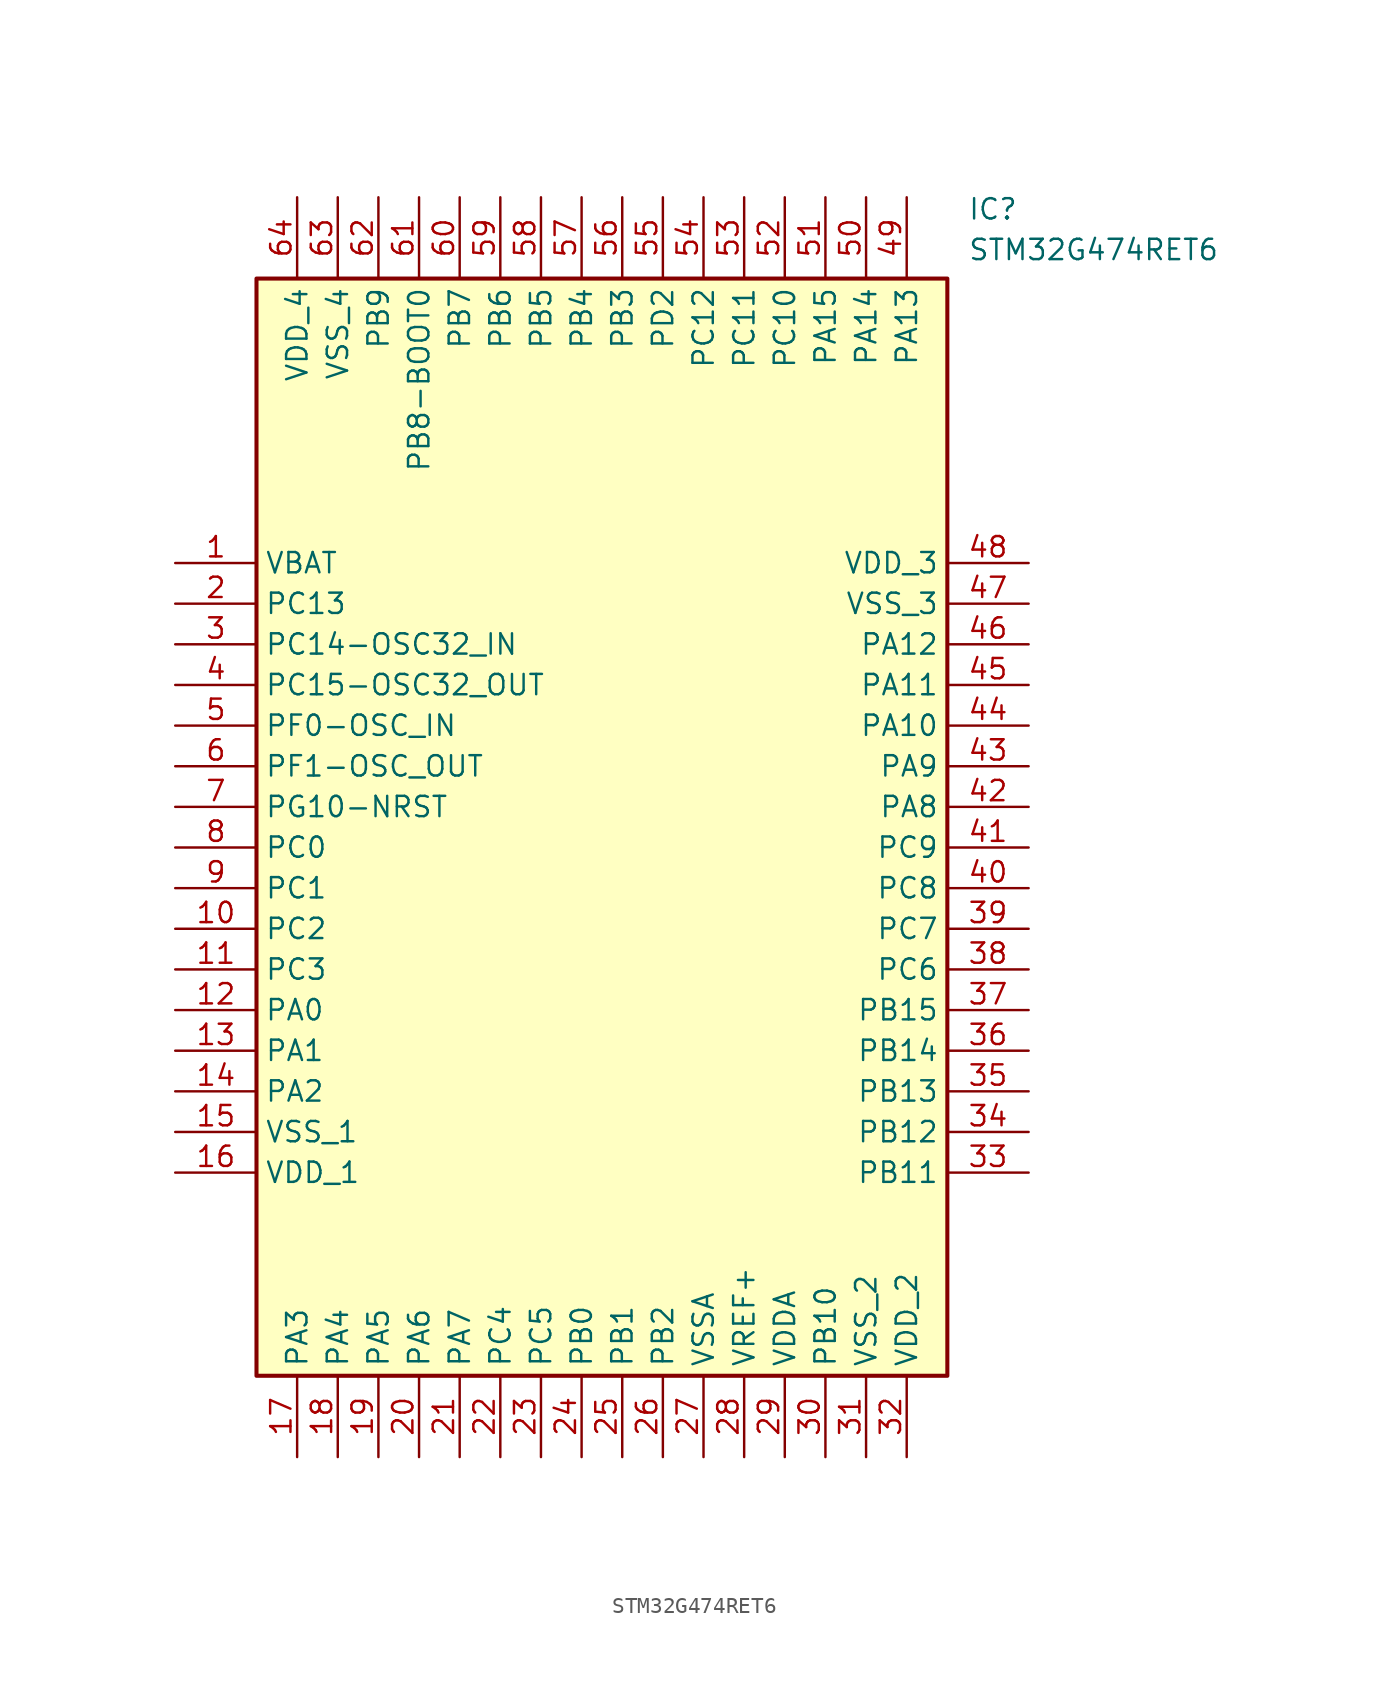
<source format=kicad_sym>
(kicad_symbol_lib
  (version 20220914)
  (generator SamacSys_ECAD_Model)
  (symbol "STM32G474RET6"
    (property "Reference" "IC"
      (at 49.53 22.86 0)
      (effects (font (size 1.27 1.27)) (justify left top)))
    (property "Value" "STM32G474RET6"
      (at 49.53 20.32 0)
      (effects (font (size 1.27 1.27)) (justify left top)))
    (rectangle
      (start 5.08 17.78)
      (end 48.26 -50.8)
      (stroke (width 0.254) (type default))
      (fill (type background)))
    (pin passive line
      (at 0 0 0)
      (length 5.08)
      (name "VBAT" (effects (font (size 1.27 1.27))))
      (number "1" (effects (font (size 1.27 1.27)))))
    (pin passive line
      (at 0 -2.54 0)
      (length 5.08)
      (name "PC13" (effects (font (size 1.27 1.27))))
      (number "2" (effects (font (size 1.27 1.27)))))
    (pin passive line
      (at 0 -5.08 0)
      (length 5.08)
      (name "PC14-OSC32_IN" (effects (font (size 1.27 1.27))))
      (number "3" (effects (font (size 1.27 1.27)))))
    (pin passive line
      (at 0 -7.62 0)
      (length 5.08)
      (name "PC15-OSC32_OUT" (effects (font (size 1.27 1.27))))
      (number "4" (effects (font (size 1.27 1.27)))))
    (pin passive line
      (at 0 -10.16 0)
      (length 5.08)
      (name "PF0-OSC_IN" (effects (font (size 1.27 1.27))))
      (number "5" (effects (font (size 1.27 1.27)))))
    (pin passive line
      (at 0 -12.7 0)
      (length 5.08)
      (name "PF1-OSC_OUT" (effects (font (size 1.27 1.27))))
      (number "6" (effects (font (size 1.27 1.27)))))
    (pin passive line
      (at 0 -15.24 0)
      (length 5.08)
      (name "PG10-NRST" (effects (font (size 1.27 1.27))))
      (number "7" (effects (font (size 1.27 1.27)))))
    (pin passive line
      (at 0 -17.78 0)
      (length 5.08)
      (name "PC0" (effects (font (size 1.27 1.27))))
      (number "8" (effects (font (size 1.27 1.27)))))
    (pin passive line
      (at 0 -20.32 0)
      (length 5.08)
      (name "PC1" (effects (font (size 1.27 1.27))))
      (number "9" (effects (font (size 1.27 1.27)))))
    (pin passive line
      (at 0 -22.86 0)
      (length 5.08)
      (name "PC2" (effects (font (size 1.27 1.27))))
      (number "10" (effects (font (size 1.27 1.27)))))
    (pin passive line
      (at 0 -25.4 0)
      (length 5.08)
      (name "PC3" (effects (font (size 1.27 1.27))))
      (number "11" (effects (font (size 1.27 1.27)))))
    (pin passive line
      (at 0 -27.94 0)
      (length 5.08)
      (name "PA0" (effects (font (size 1.27 1.27))))
      (number "12" (effects (font (size 1.27 1.27)))))
    (pin passive line
      (at 0 -30.48 0)
      (length 5.08)
      (name "PA1" (effects (font (size 1.27 1.27))))
      (number "13" (effects (font (size 1.27 1.27)))))
    (pin passive line
      (at 0 -33.02 0)
      (length 5.08)
      (name "PA2" (effects (font (size 1.27 1.27))))
      (number "14" (effects (font (size 1.27 1.27)))))
    (pin passive line
      (at 0 -35.56 0)
      (length 5.08)
      (name "VSS_1" (effects (font (size 1.27 1.27))))
      (number "15" (effects (font (size 1.27 1.27)))))
    (pin passive line
      (at 0 -38.1 0)
      (length 5.08)
      (name "VDD_1" (effects (font (size 1.27 1.27))))
      (number "16" (effects (font (size 1.27 1.27)))))
    (pin passive line
      (at 7.62 -55.88 90)
      (length 5.08)
      (name "PA3" (effects (font (size 1.27 1.27))))
      (number "17" (effects (font (size 1.27 1.27)))))
    (pin passive line
      (at 10.16 -55.88 90)
      (length 5.08)
      (name "PA4" (effects (font (size 1.27 1.27))))
      (number "18" (effects (font (size 1.27 1.27)))))
    (pin passive line
      (at 12.7 -55.88 90)
      (length 5.08)
      (name "PA5" (effects (font (size 1.27 1.27))))
      (number "19" (effects (font (size 1.27 1.27)))))
    (pin passive line
      (at 15.24 -55.88 90)
      (length 5.08)
      (name "PA6" (effects (font (size 1.27 1.27))))
      (number "20" (effects (font (size 1.27 1.27)))))
    (pin passive line
      (at 17.78 -55.88 90)
      (length 5.08)
      (name "PA7" (effects (font (size 1.27 1.27))))
      (number "21" (effects (font (size 1.27 1.27)))))
    (pin passive line
      (at 20.32 -55.88 90)
      (length 5.08)
      (name "PC4" (effects (font (size 1.27 1.27))))
      (number "22" (effects (font (size 1.27 1.27)))))
    (pin passive line
      (at 22.86 -55.88 90)
      (length 5.08)
      (name "PC5" (effects (font (size 1.27 1.27))))
      (number "23" (effects (font (size 1.27 1.27)))))
    (pin passive line
      (at 25.4 -55.88 90)
      (length 5.08)
      (name "PB0" (effects (font (size 1.27 1.27))))
      (number "24" (effects (font (size 1.27 1.27)))))
    (pin passive line
      (at 27.94 -55.88 90)
      (length 5.08)
      (name "PB1" (effects (font (size 1.27 1.27))))
      (number "25" (effects (font (size 1.27 1.27)))))
    (pin passive line
      (at 30.48 -55.88 90)
      (length 5.08)
      (name "PB2" (effects (font (size 1.27 1.27))))
      (number "26" (effects (font (size 1.27 1.27)))))
    (pin passive line
      (at 33.02 -55.88 90)
      (length 5.08)
      (name "VSSA" (effects (font (size 1.27 1.27))))
      (number "27" (effects (font (size 1.27 1.27)))))
    (pin passive line
      (at 35.56 -55.88 90)
      (length 5.08)
      (name "VREF+" (effects (font (size 1.27 1.27))))
      (number "28" (effects (font (size 1.27 1.27)))))
    (pin passive line
      (at 38.1 -55.88 90)
      (length 5.08)
      (name "VDDA" (effects (font (size 1.27 1.27))))
      (number "29" (effects (font (size 1.27 1.27)))))
    (pin passive line
      (at 40.64 -55.88 90)
      (length 5.08)
      (name "PB10" (effects (font (size 1.27 1.27))))
      (number "30" (effects (font (size 1.27 1.27)))))
    (pin passive line
      (at 43.18 -55.88 90)
      (length 5.08)
      (name "VSS_2" (effects (font (size 1.27 1.27))))
      (number "31" (effects (font (size 1.27 1.27)))))
    (pin passive line
      (at 45.72 -55.88 90)
      (length 5.08)
      (name "VDD_2" (effects (font (size 1.27 1.27))))
      (number "32" (effects (font (size 1.27 1.27)))))
    (pin passive line
      (at 53.34 0 180)
      (length 5.08)
      (name "VDD_3" (effects (font (size 1.27 1.27))))
      (number "48" (effects (font (size 1.27 1.27)))))
    (pin passive line
      (at 53.34 -2.54 180)
      (length 5.08)
      (name "VSS_3" (effects (font (size 1.27 1.27))))
      (number "47" (effects (font (size 1.27 1.27)))))
    (pin passive line
      (at 53.34 -5.08 180)
      (length 5.08)
      (name "PA12" (effects (font (size 1.27 1.27))))
      (number "46" (effects (font (size 1.27 1.27)))))
    (pin passive line
      (at 53.34 -7.62 180)
      (length 5.08)
      (name "PA11" (effects (font (size 1.27 1.27))))
      (number "45" (effects (font (size 1.27 1.27)))))
    (pin passive line
      (at 53.34 -10.16 180)
      (length 5.08)
      (name "PA10" (effects (font (size 1.27 1.27))))
      (number "44" (effects (font (size 1.27 1.27)))))
    (pin passive line
      (at 53.34 -12.7 180)
      (length 5.08)
      (name "PA9" (effects (font (size 1.27 1.27))))
      (number "43" (effects (font (size 1.27 1.27)))))
    (pin passive line
      (at 53.34 -15.24 180)
      (length 5.08)
      (name "PA8" (effects (font (size 1.27 1.27))))
      (number "42" (effects (font (size 1.27 1.27)))))
    (pin passive line
      (at 53.34 -17.78 180)
      (length 5.08)
      (name "PC9" (effects (font (size 1.27 1.27))))
      (number "41" (effects (font (size 1.27 1.27)))))
    (pin passive line
      (at 53.34 -20.32 180)
      (length 5.08)
      (name "PC8" (effects (font (size 1.27 1.27))))
      (number "40" (effects (font (size 1.27 1.27)))))
    (pin passive line
      (at 53.34 -22.86 180)
      (length 5.08)
      (name "PC7" (effects (font (size 1.27 1.27))))
      (number "39" (effects (font (size 1.27 1.27)))))
    (pin passive line
      (at 53.34 -25.4 180)
      (length 5.08)
      (name "PC6" (effects (font (size 1.27 1.27))))
      (number "38" (effects (font (size 1.27 1.27)))))
    (pin passive line
      (at 53.34 -27.94 180)
      (length 5.08)
      (name "PB15" (effects (font (size 1.27 1.27))))
      (number "37" (effects (font (size 1.27 1.27)))))
    (pin passive line
      (at 53.34 -30.48 180)
      (length 5.08)
      (name "PB14" (effects (font (size 1.27 1.27))))
      (number "36" (effects (font (size 1.27 1.27)))))
    (pin passive line
      (at 53.34 -33.02 180)
      (length 5.08)
      (name "PB13" (effects (font (size 1.27 1.27))))
      (number "35" (effects (font (size 1.27 1.27)))))
    (pin passive line
      (at 53.34 -35.56 180)
      (length 5.08)
      (name "PB12" (effects (font (size 1.27 1.27))))
      (number "34" (effects (font (size 1.27 1.27)))))
    (pin passive line
      (at 53.34 -38.1 180)
      (length 5.08)
      (name "PB11" (effects (font (size 1.27 1.27))))
      (number "33" (effects (font (size 1.27 1.27)))))
    (pin passive line
      (at 7.62 22.86 270)
      (length 5.08)
      (name "VDD_4" (effects (font (size 1.27 1.27))))
      (number "64" (effects (font (size 1.27 1.27)))))
    (pin passive line
      (at 10.16 22.86 270)
      (length 5.08)
      (name "VSS_4" (effects (font (size 1.27 1.27))))
      (number "63" (effects (font (size 1.27 1.27)))))
    (pin passive line
      (at 12.7 22.86 270)
      (length 5.08)
      (name "PB9" (effects (font (size 1.27 1.27))))
      (number "62" (effects (font (size 1.27 1.27)))))
    (pin passive line
      (at 15.24 22.86 270)
      (length 5.08)
      (name "PB8-BOOT0" (effects (font (size 1.27 1.27))))
      (number "61" (effects (font (size 1.27 1.27)))))
    (pin passive line
      (at 17.78 22.86 270)
      (length 5.08)
      (name "PB7" (effects (font (size 1.27 1.27))))
      (number "60" (effects (font (size 1.27 1.27)))))
    (pin passive line
      (at 20.32 22.86 270)
      (length 5.08)
      (name "PB6" (effects (font (size 1.27 1.27))))
      (number "59" (effects (font (size 1.27 1.27)))))
    (pin passive line
      (at 22.86 22.86 270)
      (length 5.08)
      (name "PB5" (effects (font (size 1.27 1.27))))
      (number "58" (effects (font (size 1.27 1.27)))))
    (pin passive line
      (at 25.4 22.86 270)
      (length 5.08)
      (name "PB4" (effects (font (size 1.27 1.27))))
      (number "57" (effects (font (size 1.27 1.27)))))
    (pin passive line
      (at 27.94 22.86 270)
      (length 5.08)
      (name "PB3" (effects (font (size 1.27 1.27))))
      (number "56" (effects (font (size 1.27 1.27)))))
    (pin passive line
      (at 30.48 22.86 270)
      (length 5.08)
      (name "PD2" (effects (font (size 1.27 1.27))))
      (number "55" (effects (font (size 1.27 1.27)))))
    (pin passive line
      (at 33.02 22.86 270)
      (length 5.08)
      (name "PC12" (effects (font (size 1.27 1.27))))
      (number "54" (effects (font (size 1.27 1.27)))))
    (pin passive line
      (at 35.56 22.86 270)
      (length 5.08)
      (name "PC11" (effects (font (size 1.27 1.27))))
      (number "53" (effects (font (size 1.27 1.27)))))
    (pin passive line
      (at 38.1 22.86 270)
      (length 5.08)
      (name "PC10" (effects (font (size 1.27 1.27))))
      (number "52" (effects (font (size 1.27 1.27)))))
    (pin passive line
      (at 40.64 22.86 270)
      (length 5.08)
      (name "PA15" (effects (font (size 1.27 1.27))))
      (number "51" (effects (font (size 1.27 1.27)))))
    (pin passive line
      (at 43.18 22.86 270)
      (length 5.08)
      (name "PA14" (effects (font (size 1.27 1.27))))
      (number "50" (effects (font (size 1.27 1.27)))))
    (pin passive line
      (at 45.72 22.86 270)
      (length 5.08)
      (name "PA13" (effects (font (size 1.27 1.27))))
      (number "49" (effects (font (size 1.27 1.27)))))))
</source>
